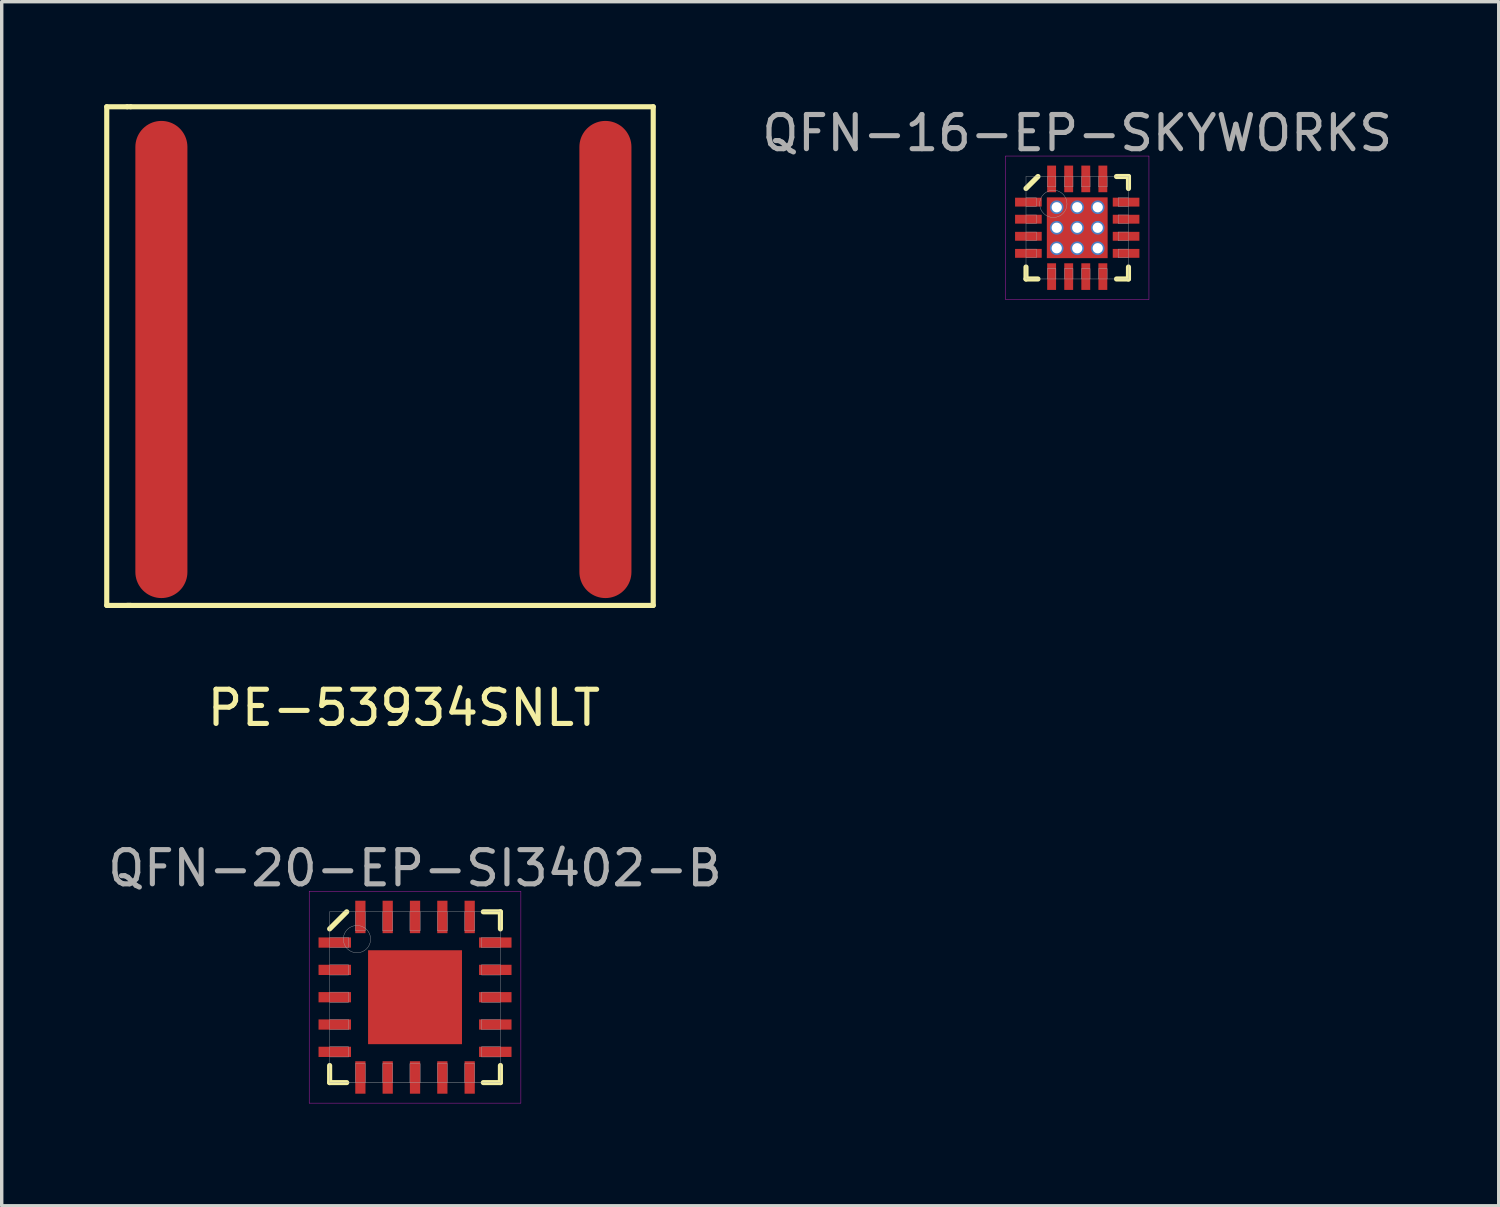
<source format=kicad_pcb>
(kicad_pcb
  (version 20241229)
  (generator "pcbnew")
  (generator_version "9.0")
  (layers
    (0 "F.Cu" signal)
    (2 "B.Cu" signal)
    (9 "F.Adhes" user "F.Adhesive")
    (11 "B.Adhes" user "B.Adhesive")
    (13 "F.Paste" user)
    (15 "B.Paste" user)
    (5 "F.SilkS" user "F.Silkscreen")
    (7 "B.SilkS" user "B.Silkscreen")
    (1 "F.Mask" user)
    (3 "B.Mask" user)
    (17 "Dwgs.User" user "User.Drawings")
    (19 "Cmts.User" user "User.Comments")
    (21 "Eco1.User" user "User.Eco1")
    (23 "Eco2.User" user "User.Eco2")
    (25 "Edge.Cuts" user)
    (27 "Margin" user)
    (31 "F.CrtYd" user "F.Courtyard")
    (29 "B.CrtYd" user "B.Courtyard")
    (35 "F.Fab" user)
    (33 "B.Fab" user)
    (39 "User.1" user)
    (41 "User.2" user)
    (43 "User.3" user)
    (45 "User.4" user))
  (footprint "QFN-16-EP-SKYWORKS"
    (layer "F.Cu")
    (at 28.489 3.618)
    (property "Reference" "QFN-16-EP-SKYWORKS" (at 0 -2.77 0) (layer "F.Fab") (effects (font (size 1 1) (thickness 0.15))))
    (attr through_hole)
    (fp_line (start -1.5 -1.15) (end -1.15 -1.5) (stroke (width 0.15) (type solid)) (layer "F.SilkS"))
    (fp_line (start -1.5 1.5) (end -1.5 1.15) (stroke (width 0.15) (type solid)) (layer "F.SilkS"))
    (fp_line (start -1.15 1.5) (end -1.5 1.5) (stroke (width 0.15) (type solid)) (layer "F.SilkS"))
    (fp_line (start 1.15 -1.5) (end 1.5 -1.5) (stroke (width 0.15) (type solid)) (layer "F.SilkS"))
    (fp_line (start 1.15 1.5) (end 1.5 1.5) (stroke (width 0.15) (type solid)) (layer "F.SilkS"))
    (fp_line (start 1.5 -1.5) (end 1.5 -1.15) (stroke (width 0.15) (type solid)) (layer "F.SilkS"))
    (fp_line (start 1.5 1.5) (end 1.5 1.15) (stroke (width 0.15) (type solid)) (layer "F.SilkS"))
    (fp_line (start -2.1 -2.1) (end 2.1 -2.1) (stroke (width 0.01) (type solid)) (layer "F.CrtYd"))
    (fp_line (start -2.1 2.1) (end -2.1 -2.1) (stroke (width 0.01) (type solid)) (layer "F.CrtYd"))
    (fp_line (start 2.1 -2.1) (end 2.1 2.1) (stroke (width 0.01) (type solid)) (layer "F.CrtYd"))
    (fp_line (start 2.1 2.1) (end -2.1 2.1) (stroke (width 0.01) (type solid)) (layer "F.CrtYd"))
    (fp_line (start -1.5 -1.5) (end 1.5 -1.5) (stroke (width 0.01) (type solid)) (layer "F.Fab"))
    (fp_line (start -1.5 -0.625) (end -1.2 -0.625) (stroke (width 0.01) (type solid)) (layer "F.Fab"))
    (fp_line (start -1.5 -0.125) (end -1.2 -0.125) (stroke (width 0.01) (type solid)) (layer "F.Fab"))
    (fp_line (start -1.5 0.375) (end -1.2 0.375) (stroke (width 0.01) (type solid)) (layer "F.Fab"))
    (fp_line (start -1.5 0.875) (end -1.2 0.875) (stroke (width 0.01) (type solid)) (layer "F.Fab"))
    (fp_line (start -1.5 1.5) (end -1.5 -1.5) (stroke (width 0.01) (type solid)) (layer "F.Fab"))
    (fp_line (start -1.2 -0.875) (end -1.5 -0.875) (stroke (width 0.01) (type solid)) (layer "F.Fab"))
    (fp_line (start -1.2 -0.625) (end -1.2 -0.875) (stroke (width 0.01) (type solid)) (layer "F.Fab"))
    (fp_line (start -1.2 -0.375) (end -1.5 -0.375) (stroke (width 0.01) (type solid)) (layer "F.Fab"))
    (fp_line (start -1.2 -0.125) (end -1.2 -0.375) (stroke (width 0.01) (type solid)) (layer "F.Fab"))
    (fp_line (start -1.2 0.125) (end -1.5 0.125) (stroke (width 0.01) (type solid)) (layer "F.Fab"))
    (fp_line (start -1.2 0.375) (end -1.2 0.125) (stroke (width 0.01) (type solid)) (layer "F.Fab"))
    (fp_line (start -1.2 0.625) (end -1.5 0.625) (stroke (width 0.01) (type solid)) (layer "F.Fab"))
    (fp_line (start -1.2 0.875) (end -1.2 0.625) (stroke (width 0.01) (type solid)) (layer "F.Fab"))
    (fp_line (start -0.875 -1.5) (end -0.875 -1.2) (stroke (width 0.01) (type solid)) (layer "F.Fab"))
    (fp_line (start -0.875 -1.2) (end -0.625 -1.2) (stroke (width 0.01) (type solid)) (layer "F.Fab"))
    (fp_line (start -0.875 1.2) (end -0.875 1.5) (stroke (width 0.01) (type solid)) (layer "F.Fab"))
    (fp_line (start -0.625 -1.2) (end -0.625 -1.5) (stroke (width 0.01) (type solid)) (layer "F.Fab"))
    (fp_line (start -0.625 1.2) (end -0.875 1.2) (stroke (width 0.01) (type solid)) (layer "F.Fab"))
    (fp_line (start -0.625 1.5) (end -0.625 1.2) (stroke (width 0.01) (type solid)) (layer "F.Fab"))
    (fp_line (start -0.375 -1.5) (end -0.375 -1.2) (stroke (width 0.01) (type solid)) (layer "F.Fab"))
    (fp_line (start -0.375 -1.2) (end -0.125 -1.2) (stroke (width 0.01) (type solid)) (layer "F.Fab"))
    (fp_line (start -0.375 1.2) (end -0.375 1.5) (stroke (width 0.01) (type solid)) (layer "F.Fab"))
    (fp_line (start -0.125 -1.2) (end -0.125 -1.5) (stroke (width 0.01) (type solid)) (layer "F.Fab"))
    (fp_line (start -0.125 1.2) (end -0.375 1.2) (stroke (width 0.01) (type solid)) (layer "F.Fab"))
    (fp_line (start -0.125 1.5) (end -0.125 1.2) (stroke (width 0.01) (type solid)) (layer "F.Fab"))
    (fp_line (start 0.125 -1.5) (end 0.125 -1.2) (stroke (width 0.01) (type solid)) (layer "F.Fab"))
    (fp_line (start 0.125 -1.2) (end 0.375 -1.2) (stroke (width 0.01) (type solid)) (layer "F.Fab"))
    (fp_line (start 0.125 1.2) (end 0.125 1.5) (stroke (width 0.01) (type solid)) (layer "F.Fab"))
    (fp_line (start 0.375 -1.2) (end 0.375 -1.5) (stroke (width 0.01) (type solid)) (layer "F.Fab"))
    (fp_line (start 0.375 1.2) (end 0.125 1.2) (stroke (width 0.01) (type solid)) (layer "F.Fab"))
    (fp_line (start 0.375 1.5) (end 0.375 1.2) (stroke (width 0.01) (type solid)) (layer "F.Fab"))
    (fp_line (start 0.625 -1.5) (end 0.625 -1.2) (stroke (width 0.01) (type solid)) (layer "F.Fab"))
    (fp_line (start 0.625 -1.2) (end 0.875 -1.2) (stroke (width 0.01) (type solid)) (layer "F.Fab"))
    (fp_line (start 0.625 1.2) (end 0.625 1.5) (stroke (width 0.01) (type solid)) (layer "F.Fab"))
    (fp_line (start 0.875 -1.2) (end 0.875 -1.5) (stroke (width 0.01) (type solid)) (layer "F.Fab"))
    (fp_line (start 0.875 1.2) (end 0.625 1.2) (stroke (width 0.01) (type solid)) (layer "F.Fab"))
    (fp_line (start 0.875 1.5) (end 0.875 1.2) (stroke (width 0.01) (type solid)) (layer "F.Fab"))
    (fp_line (start 1.2 -0.875) (end 1.2 -0.625) (stroke (width 0.01) (type solid)) (layer "F.Fab"))
    (fp_line (start 1.2 -0.625) (end 1.5 -0.625) (stroke (width 0.01) (type solid)) (layer "F.Fab"))
    (fp_line (start 1.2 -0.375) (end 1.2 -0.125) (stroke (width 0.01) (type solid)) (layer "F.Fab"))
    (fp_line (start 1.2 -0.125) (end 1.5 -0.125) (stroke (width 0.01) (type solid)) (layer "F.Fab"))
    (fp_line (start 1.2 0.125) (end 1.2 0.375) (stroke (width 0.01) (type solid)) (layer "F.Fab"))
    (fp_line (start 1.2 0.375) (end 1.5 0.375) (stroke (width 0.01) (type solid)) (layer "F.Fab"))
    (fp_line (start 1.2 0.625) (end 1.2 0.875) (stroke (width 0.01) (type solid)) (layer "F.Fab"))
    (fp_line (start 1.2 0.875) (end 1.5 0.875) (stroke (width 0.01) (type solid)) (layer "F.Fab"))
    (fp_line (start 1.5 -1.5) (end 1.5 1.5) (stroke (width 0.01) (type solid)) (layer "F.Fab"))
    (fp_line (start 1.5 -0.875) (end 1.2 -0.875) (stroke (width 0.01) (type solid)) (layer "F.Fab"))
    (fp_line (start 1.5 -0.375) (end 1.2 -0.375) (stroke (width 0.01) (type solid)) (layer "F.Fab"))
    (fp_line (start 1.5 0.125) (end 1.2 0.125) (stroke (width 0.01) (type solid)) (layer "F.Fab"))
    (fp_line (start 1.5 0.625) (end 1.2 0.625) (stroke (width 0.01) (type solid)) (layer "F.Fab"))
    (fp_line (start 1.5 1.5) (end -1.5 1.5) (stroke (width 0.01) (type solid)) (layer "F.Fab"))
    (fp_circle (center -0.7 -0.7) (end -0.7 -0.3) (stroke (width 0.01) (type solid)) (fill no) (layer "F.Fab"))
    (pad "" smd rect (at -0.5 -0.5) (size 0.7 0.7) (layers "F.Paste"))
    (pad "" smd rect (at -0.5 0.5) (size 0.7 0.7) (layers "F.Paste"))
    (pad "" smd rect (at 0.5 -0.5) (size 0.7 0.7) (layers "F.Paste"))
    (pad "" smd rect (at 0.5 0.5) (size 0.7 0.7) (layers "F.Paste"))
    (pad "1" smd rect (at -1.43 -0.75) (size 0.78 0.26) (layers "F.Cu" "F.Mask" "F.Paste"))
    (pad "2" smd rect (at -1.43 -0.25) (size 0.78 0.26) (layers "F.Cu" "F.Mask" "F.Paste"))
    (pad "3" smd rect (at -1.43 0.25) (size 0.78 0.26) (layers "F.Cu" "F.Mask" "F.Paste"))
    (pad "4" smd rect (at -1.43 0.75) (size 0.78 0.26) (layers "F.Cu" "F.Mask" "F.Paste"))
    (pad "5" smd rect (at -0.75 1.43) (size 0.26 0.78) (layers "F.Cu" "F.Mask" "F.Paste"))
    (pad "6" smd rect (at -0.25 1.43) (size 0.26 0.78) (layers "F.Cu" "F.Mask" "F.Paste"))
    (pad "7" smd rect (at 0.25 1.43) (size 0.26 0.78) (layers "F.Cu" "F.Mask" "F.Paste"))
    (pad "8" smd rect (at 0.75 1.43) (size 0.26 0.78) (layers "F.Cu" "F.Mask" "F.Paste"))
    (pad "9" smd rect (at 1.43 0.75) (size 0.78 0.26) (layers "F.Cu" "F.Mask" "F.Paste"))
    (pad "10" smd rect (at 1.43 0.25) (size 0.78 0.26) (layers "F.Cu" "F.Mask" "F.Paste"))
    (pad "11" smd rect (at 1.43 -0.25) (size 0.78 0.26) (layers "F.Cu" "F.Mask" "F.Paste"))
    (pad "12" smd rect (at 1.43 -0.75) (size 0.78 0.26) (layers "F.Cu" "F.Mask" "F.Paste"))
    (pad "13" smd rect (at 0.75 -1.43) (size 0.26 0.78) (layers "F.Cu" "F.Mask" "F.Paste"))
    (pad "14" smd rect (at 0.25 -1.43) (size 0.26 0.78) (layers "F.Cu" "F.Mask" "F.Paste"))
    (pad "15" smd rect (at -0.25 -1.43) (size 0.26 0.78) (layers "F.Cu" "F.Mask" "F.Paste"))
    (pad "16" smd rect (at -0.75 -1.43) (size 0.26 0.78) (layers "F.Cu" "F.Mask" "F.Paste"))
    (pad "EP" thru_hole circle (at -0.6 -0.6) (size 0.4 0.4) (drill 0.3) (layers "*.Cu"))
    (pad "EP" thru_hole circle (at -0.6 0) (size 0.4 0.4) (drill 0.3) (layers "*.Cu"))
    (pad "EP" thru_hole circle (at -0.6 0.6) (size 0.4 0.4) (drill 0.3) (layers "*.Cu"))
    (pad "EP" thru_hole circle (at 0 -0.6) (size 0.4 0.4) (drill 0.3) (layers "*.Cu"))
    (pad "EP" thru_hole circle (at 0 0) (size 0.4 0.4) (drill 0.3) (layers "*.Cu"))
    (pad "EP" smd rect (at 0 0) (size 1.78 1.78) (layers "F.Cu" "F.Mask"))
    (pad "EP" thru_hole circle (at 0 0.6) (size 0.4 0.4) (drill 0.3) (layers "*.Cu"))
    (pad "EP" thru_hole circle (at 0.6 -0.6) (size 0.4 0.4) (drill 0.3) (layers "*.Cu"))
    (pad "EP" thru_hole circle (at 0.6 0) (size 0.4 0.4) (drill 0.3) (layers "*.Cu"))
    (pad "EP" thru_hole circle (at 0.6 0.6) (size 0.4 0.4) (drill 0.3) (layers "*.Cu")))
  (footprint "QFN-20-EP-SI3402-B"
    (layer "F.Cu")
    (at 9.101 26.146)
    (property "Reference" "QFN-20-EP-SI3402-B" (at 0 -3.775 0) (layer "F.Fab") (effects (font (size 1 1) (thickness 0.15))))
    (attr through_hole)
    (fp_line (start -2.5 -2) (end -2 -2.5) (stroke (width 0.15) (type solid)) (layer "F.SilkS"))
    (fp_line (start -2.5 2.5) (end -2.5 2) (stroke (width 0.15) (type solid)) (layer "F.SilkS"))
    (fp_line (start -2 2.5) (end -2.5 2.5) (stroke (width 0.15) (type solid)) (layer "F.SilkS"))
    (fp_line (start 2 -2.5) (end 2.5 -2.5) (stroke (width 0.15) (type solid)) (layer "F.SilkS"))
    (fp_line (start 2 2.5) (end 2.5 2.5) (stroke (width 0.15) (type solid)) (layer "F.SilkS"))
    (fp_line (start 2.5 -2.5) (end 2.5 -2) (stroke (width 0.15) (type solid)) (layer "F.SilkS"))
    (fp_line (start 2.5 2.5) (end 2.5 2) (stroke (width 0.15) (type solid)) (layer "F.SilkS"))
    (fp_line (start -3.1 -3.1) (end 3.1 -3.1) (stroke (width 0.01) (type solid)) (layer "F.CrtYd"))
    (fp_line (start -3.1 3.1) (end -3.1 -3.1) (stroke (width 0.01) (type solid)) (layer "F.CrtYd"))
    (fp_line (start 3.1 -3.1) (end 3.1 3.1) (stroke (width 0.01) (type solid)) (layer "F.CrtYd"))
    (fp_line (start 3.1 3.1) (end -3.1 3.1) (stroke (width 0.01) (type solid)) (layer "F.CrtYd"))
    (fp_line (start -2.5 -2.5) (end 2.5 -2.5) (stroke (width 0.01) (type solid)) (layer "F.Fab"))
    (fp_line (start -2.5 -1.45) (end -1.95 -1.45) (stroke (width 0.01) (type solid)) (layer "F.Fab"))
    (fp_line (start -2.5 -0.65) (end -1.95 -0.65) (stroke (width 0.01) (type solid)) (layer "F.Fab"))
    (fp_line (start -2.5 0.15) (end -1.95 0.15) (stroke (width 0.01) (type solid)) (layer "F.Fab"))
    (fp_line (start -2.5 0.95) (end -1.95 0.95) (stroke (width 0.01) (type solid)) (layer "F.Fab"))
    (fp_line (start -2.5 1.75) (end -1.95 1.75) (stroke (width 0.01) (type solid)) (layer "F.Fab"))
    (fp_line (start -2.5 2.5) (end -2.5 -2.5) (stroke (width 0.01) (type solid)) (layer "F.Fab"))
    (fp_line (start -1.95 -1.75) (end -2.5 -1.75) (stroke (width 0.01) (type solid)) (layer "F.Fab"))
    (fp_line (start -1.95 -1.45) (end -1.95 -1.75) (stroke (width 0.01) (type solid)) (layer "F.Fab"))
    (fp_line (start -1.95 -0.95) (end -2.5 -0.95) (stroke (width 0.01) (type solid)) (layer "F.Fab"))
    (fp_line (start -1.95 -0.65) (end -1.95 -0.95) (stroke (width 0.01) (type solid)) (layer "F.Fab"))
    (fp_line (start -1.95 -0.15) (end -2.5 -0.15) (stroke (width 0.01) (type solid)) (layer "F.Fab"))
    (fp_line (start -1.95 0.15) (end -1.95 -0.15) (stroke (width 0.01) (type solid)) (layer "F.Fab"))
    (fp_line (start -1.95 0.65) (end -2.5 0.65) (stroke (width 0.01) (type solid)) (layer "F.Fab"))
    (fp_line (start -1.95 0.95) (end -1.95 0.65) (stroke (width 0.01) (type solid)) (layer "F.Fab"))
    (fp_line (start -1.95 1.45) (end -2.5 1.45) (stroke (width 0.01) (type solid)) (layer "F.Fab"))
    (fp_line (start -1.95 1.75) (end -1.95 1.45) (stroke (width 0.01) (type solid)) (layer "F.Fab"))
    (fp_line (start -1.75 -2.5) (end -1.75 -1.95) (stroke (width 0.01) (type solid)) (layer "F.Fab"))
    (fp_line (start -1.75 -1.95) (end -1.45 -1.95) (stroke (width 0.01) (type solid)) (layer "F.Fab"))
    (fp_line (start -1.75 1.95) (end -1.75 2.5) (stroke (width 0.01) (type solid)) (layer "F.Fab"))
    (fp_line (start -1.45 -1.95) (end -1.45 -2.5) (stroke (width 0.01) (type solid)) (layer "F.Fab"))
    (fp_line (start -1.45 1.95) (end -1.75 1.95) (stroke (width 0.01) (type solid)) (layer "F.Fab"))
    (fp_line (start -1.45 2.5) (end -1.45 1.95) (stroke (width 0.01) (type solid)) (layer "F.Fab"))
    (fp_line (start -0.95 -2.5) (end -0.95 -1.95) (stroke (width 0.01) (type solid)) (layer "F.Fab"))
    (fp_line (start -0.95 -1.95) (end -0.65 -1.95) (stroke (width 0.01) (type solid)) (layer "F.Fab"))
    (fp_line (start -0.95 1.95) (end -0.95 2.5) (stroke (width 0.01) (type solid)) (layer "F.Fab"))
    (fp_line (start -0.65 -1.95) (end -0.65 -2.5) (stroke (width 0.01) (type solid)) (layer "F.Fab"))
    (fp_line (start -0.65 1.95) (end -0.95 1.95) (stroke (width 0.01) (type solid)) (layer "F.Fab"))
    (fp_line (start -0.65 2.5) (end -0.65 1.95) (stroke (width 0.01) (type solid)) (layer "F.Fab"))
    (fp_line (start -0.15 -2.5) (end -0.15 -1.95) (stroke (width 0.01) (type solid)) (layer "F.Fab"))
    (fp_line (start -0.15 -1.95) (end 0.15 -1.95) (stroke (width 0.01) (type solid)) (layer "F.Fab"))
    (fp_line (start -0.15 1.95) (end -0.15 2.5) (stroke (width 0.01) (type solid)) (layer "F.Fab"))
    (fp_line (start 0.15 -1.95) (end 0.15 -2.5) (stroke (width 0.01) (type solid)) (layer "F.Fab"))
    (fp_line (start 0.15 1.95) (end -0.15 1.95) (stroke (width 0.01) (type solid)) (layer "F.Fab"))
    (fp_line (start 0.15 2.5) (end 0.15 1.95) (stroke (width 0.01) (type solid)) (layer "F.Fab"))
    (fp_line (start 0.65 -2.5) (end 0.65 -1.95) (stroke (width 0.01) (type solid)) (layer "F.Fab"))
    (fp_line (start 0.65 -1.95) (end 0.95 -1.95) (stroke (width 0.01) (type solid)) (layer "F.Fab"))
    (fp_line (start 0.65 1.95) (end 0.65 2.5) (stroke (width 0.01) (type solid)) (layer "F.Fab"))
    (fp_line (start 0.95 -1.95) (end 0.95 -2.5) (stroke (width 0.01) (type solid)) (layer "F.Fab"))
    (fp_line (start 0.95 1.95) (end 0.65 1.95) (stroke (width 0.01) (type solid)) (layer "F.Fab"))
    (fp_line (start 0.95 2.5) (end 0.95 1.95) (stroke (width 0.01) (type solid)) (layer "F.Fab"))
    (fp_line (start 1.45 -2.5) (end 1.45 -1.95) (stroke (width 0.01) (type solid)) (layer "F.Fab"))
    (fp_line (start 1.45 -1.95) (end 1.75 -1.95) (stroke (width 0.01) (type solid)) (layer "F.Fab"))
    (fp_line (start 1.45 1.95) (end 1.45 2.5) (stroke (width 0.01) (type solid)) (layer "F.Fab"))
    (fp_line (start 1.75 -1.95) (end 1.75 -2.5) (stroke (width 0.01) (type solid)) (layer "F.Fab"))
    (fp_line (start 1.75 1.95) (end 1.45 1.95) (stroke (width 0.01) (type solid)) (layer "F.Fab"))
    (fp_line (start 1.75 2.5) (end 1.75 1.95) (stroke (width 0.01) (type solid)) (layer "F.Fab"))
    (fp_line (start 1.95 -1.75) (end 1.95 -1.45) (stroke (width 0.01) (type solid)) (layer "F.Fab"))
    (fp_line (start 1.95 -1.45) (end 2.5 -1.45) (stroke (width 0.01) (type solid)) (layer "F.Fab"))
    (fp_line (start 1.95 -0.95) (end 1.95 -0.65) (stroke (width 0.01) (type solid)) (layer "F.Fab"))
    (fp_line (start 1.95 -0.65) (end 2.5 -0.65) (stroke (width 0.01) (type solid)) (layer "F.Fab"))
    (fp_line (start 1.95 -0.15) (end 1.95 0.15) (stroke (width 0.01) (type solid)) (layer "F.Fab"))
    (fp_line (start 1.95 0.15) (end 2.5 0.15) (stroke (width 0.01) (type solid)) (layer "F.Fab"))
    (fp_line (start 1.95 0.65) (end 1.95 0.95) (stroke (width 0.01) (type solid)) (layer "F.Fab"))
    (fp_line (start 1.95 0.95) (end 2.5 0.95) (stroke (width 0.01) (type solid)) (layer "F.Fab"))
    (fp_line (start 1.95 1.45) (end 1.95 1.75) (stroke (width 0.01) (type solid)) (layer "F.Fab"))
    (fp_line (start 1.95 1.75) (end 2.5 1.75) (stroke (width 0.01) (type solid)) (layer "F.Fab"))
    (fp_line (start 2.5 -2.5) (end 2.5 2.5) (stroke (width 0.01) (type solid)) (layer "F.Fab"))
    (fp_line (start 2.5 -1.75) (end 1.95 -1.75) (stroke (width 0.01) (type solid)) (layer "F.Fab"))
    (fp_line (start 2.5 -0.95) (end 1.95 -0.95) (stroke (width 0.01) (type solid)) (layer "F.Fab"))
    (fp_line (start 2.5 -0.15) (end 1.95 -0.15) (stroke (width 0.01) (type solid)) (layer "F.Fab"))
    (fp_line (start 2.5 0.65) (end 1.95 0.65) (stroke (width 0.01) (type solid)) (layer "F.Fab"))
    (fp_line (start 2.5 1.45) (end 1.95 1.45) (stroke (width 0.01) (type solid)) (layer "F.Fab"))
    (fp_line (start 2.5 2.5) (end -2.5 2.5) (stroke (width 0.01) (type solid)) (layer "F.Fab"))
    (fp_circle (center -1.7 -1.7) (end -1.7 -1.3) (stroke (width 0.01) (type solid)) (fill no) (layer "F.Fab"))
    (pad "" smd rect (at -0.65 -0.65) (size 1.1 1.1) (layers "F.Paste"))
    (pad "" smd rect (at -0.65 0.65) (size 1.1 1.1) (layers "F.Paste"))
    (pad "" smd rect (at 0.65 -0.65) (size 1.1 1.1) (layers "F.Paste"))
    (pad "" smd rect (at 0.65 0.65) (size 1.1 1.1) (layers "F.Paste"))
    (pad "1" smd rect (at -2.35 -1.6) (size 0.95 0.3) (layers "F.Cu" "F.Mask" "F.Paste"))
    (pad "2" smd rect (at -2.35 -0.8) (size 0.95 0.3) (layers "F.Cu" "F.Mask" "F.Paste"))
    (pad "3" smd rect (at -2.35 0) (size 0.95 0.3) (layers "F.Cu" "F.Mask" "F.Paste"))
    (pad "4" smd rect (at -2.35 0.8) (size 0.95 0.3) (layers "F.Cu" "F.Mask" "F.Paste"))
    (pad "5" smd rect (at -2.35 1.6) (size 0.95 0.3) (layers "F.Cu" "F.Mask" "F.Paste"))
    (pad "6" smd rect (at -1.6 2.35) (size 0.3 0.95) (layers "F.Cu" "F.Mask" "F.Paste"))
    (pad "7" smd rect (at -0.8 2.35) (size 0.3 0.95) (layers "F.Cu" "F.Mask" "F.Paste"))
    (pad "8" smd rect (at 0 2.35) (size 0.3 0.95) (layers "F.Cu" "F.Mask" "F.Paste"))
    (pad "9" smd rect (at 0.8 2.35) (size 0.3 0.95) (layers "F.Cu" "F.Mask" "F.Paste"))
    (pad "10" smd rect (at 1.6 2.35) (size 0.3 0.95) (layers "F.Cu" "F.Mask" "F.Paste"))
    (pad "11" smd rect (at 2.35 1.6) (size 0.95 0.3) (layers "F.Cu" "F.Mask" "F.Paste"))
    (pad "12" smd rect (at 2.35 0.8) (size 0.95 0.3) (layers "F.Cu" "F.Mask" "F.Paste"))
    (pad "13" smd rect (at 2.35 0) (size 0.95 0.3) (layers "F.Cu" "F.Mask" "F.Paste"))
    (pad "14" smd rect (at 2.35 -0.8) (size 0.95 0.3) (layers "F.Cu" "F.Mask" "F.Paste"))
    (pad "15" smd rect (at 2.35 -1.6) (size 0.95 0.3) (layers "F.Cu" "F.Mask" "F.Paste"))
    (pad "16" smd rect (at 1.6 -2.35) (size 0.3 0.95) (layers "F.Cu" "F.Mask" "F.Paste"))
    (pad "17" smd rect (at 0.8 -2.35) (size 0.3 0.95) (layers "F.Cu" "F.Mask" "F.Paste"))
    (pad "18" smd rect (at 0 -2.35) (size 0.3 0.95) (layers "F.Cu" "F.Mask" "F.Paste"))
    (pad "19" smd rect (at -0.8 -2.35) (size 0.3 0.95) (layers "F.Cu" "F.Mask" "F.Paste"))
    (pad "20" smd rect (at -1.6 -2.35) (size 0.3 0.95) (layers "F.Cu" "F.Mask" "F.Paste"))
    (pad "EP" smd rect (at 0 0) (size 2.75 2.75) (layers "F.Cu" "F.Mask")))
  (footprint "PE-53934SNLT"
    (layer "F.Cu")
    (at 8.675 7.475)
    (property "Reference" "PE-53934SNLT" (at 0.1 10.2 0) (layer "F.SilkS") (effects (font (size 1 1) (thickness 0.15))))
    (attr through_hole)
    (fp_line (start -8.6 -7.4) (end -8.6 7.2) (stroke (width 0.15) (type solid)) (layer "F.SilkS"))
    (fp_line (start -8.6 7.2) (end -7.9 7.2) (stroke (width 0.15) (type solid)) (layer "F.SilkS"))
    (fp_line (start -8 -7.4) (end -8.6 -7.4) (stroke (width 0.15) (type solid)) (layer "F.SilkS"))
    (fp_line (start -8 -7.4) (end -7.9 -7.4) (stroke (width 0.15) (type solid)) (layer "F.SilkS"))
    (fp_line (start -7.9 -7.4) (end 7.4 -7.4) (stroke (width 0.15) (type solid)) (layer "F.SilkS"))
    (fp_line (start 7.4 -7.4) (end 7.4 7.2) (stroke (width 0.15) (type solid)) (layer "F.SilkS"))
    (fp_line (start 7.4 7.2) (end -8 7.2) (stroke (width 0.15) (type solid)) (layer "F.SilkS"))
    (pad "1" smd oval (at -7 0) (size 1.524 13.97) (layers "F.Cu" "F.Mask" "F.Paste"))
    (pad "3" smd oval (at 6 0) (size 1.524 13.97) (layers "F.Cu" "F.Mask" "F.Paste")))
  (gr_rect
    (start -3 -3)
    (end 40.829 32.252)
    (stroke (width 0.1) (type default))
    (fill no)
    (layer "Edge.Cuts")))
</source>
